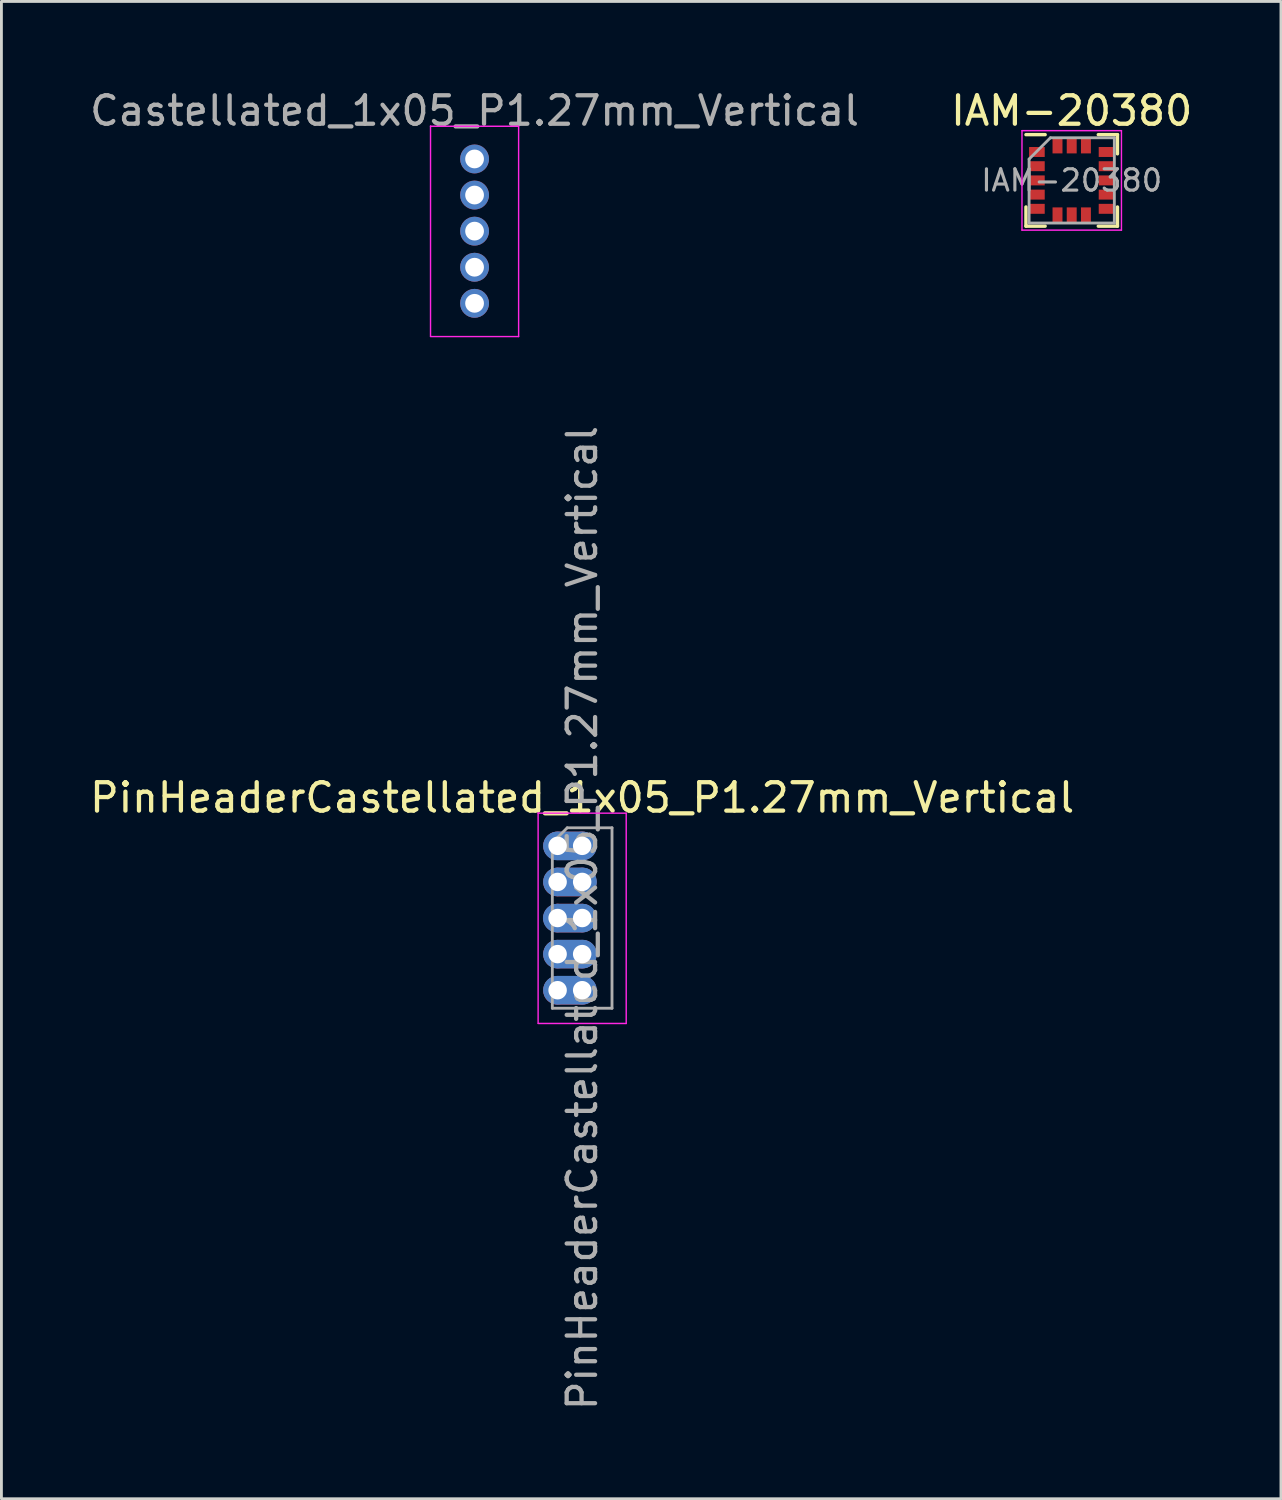
<source format=kicad_pcb>
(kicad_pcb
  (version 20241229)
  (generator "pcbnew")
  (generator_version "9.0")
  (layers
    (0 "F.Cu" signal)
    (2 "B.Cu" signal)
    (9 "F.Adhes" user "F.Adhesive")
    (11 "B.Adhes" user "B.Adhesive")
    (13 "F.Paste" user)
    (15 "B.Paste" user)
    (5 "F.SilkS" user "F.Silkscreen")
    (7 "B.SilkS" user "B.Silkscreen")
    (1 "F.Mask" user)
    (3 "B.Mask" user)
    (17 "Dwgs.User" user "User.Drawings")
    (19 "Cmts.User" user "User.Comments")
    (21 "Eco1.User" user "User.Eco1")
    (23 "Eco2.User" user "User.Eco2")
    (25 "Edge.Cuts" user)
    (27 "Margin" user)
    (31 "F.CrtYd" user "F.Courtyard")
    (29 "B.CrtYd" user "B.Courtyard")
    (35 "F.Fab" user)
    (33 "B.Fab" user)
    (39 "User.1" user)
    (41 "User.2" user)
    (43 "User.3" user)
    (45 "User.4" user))
  (footprint "PinHeaderCastellated_1x05_P1.27mm_Vertical"
    (layer "F.Cu")
    (at 17.435 26.713)
    (property "Reference" "PinHeaderCastellated_1x05_P1.27mm_Vertical" (at 0 -1.695 0) (layer "F.SilkS") (effects (font (size 1 1) (thickness 0.15))))
    (attr exclude_from_pos_files exclude_from_bom)
    (fp_line (start -1.55 -1.16) (end -1.55 6.24) (stroke (width 0.05) (type solid)) (layer "F.CrtYd"))
    (fp_line (start -1.55 6.25) (end 1.55 6.25) (stroke (width 0.05) (type solid)) (layer "F.CrtYd"))
    (fp_line (start 1.55 -1.15) (end -1.55 -1.15) (stroke (width 0.05) (type solid)) (layer "F.CrtYd"))
    (fp_line (start 1.55 6.25) (end 1.55 -1.15) (stroke (width 0.05) (type solid)) (layer "F.CrtYd"))
    (fp_line (start -1.05 -0.11) (end -0.525 -0.635) (stroke (width 0.1) (type solid)) (layer "F.Fab"))
    (fp_line (start -1.05 5.715) (end -1.05 -0.11) (stroke (width 0.1) (type solid)) (layer "F.Fab"))
    (fp_line (start -0.525 -0.635) (end 1.05 -0.635) (stroke (width 0.1) (type solid)) (layer "F.Fab"))
    (fp_line (start 1.05 -0.635) (end 1.05 5.715) (stroke (width 0.1) (type solid)) (layer "F.Fab"))
    (fp_line (start 1.05 5.715) (end -1.05 5.715) (stroke (width 0.1) (type solid)) (layer "F.Fab"))
    (fp_text user "${REFERENCE}" (at 0 2.54 90) (layer "F.Fab") (effects (font (size 1 1) (thickness 0.15))))
    (pad "1" thru_hole oval (at -0.864 0) (size 1 1) (drill oval 0.65) (layers "*.Cu" "*.Mask"))
    (pad "1" smd oval (at -0.432 0) (size 1.88 1) (layers "F.Cu" "F.Mask"))
    (pad "1" smd oval (at -0.428 0.004) (size 1.888 1.008) (layers "B.Cu" "B.Mask"))
    (pad "1" thru_hole circle (at 0 0) (size 1 1) (drill 0.65) (layers "*.Cu" "*.Mask"))
    (pad "2" thru_hole oval (at -0.864 1.27) (size 1 1) (drill oval 0.65) (layers "*.Cu" "*.Mask"))
    (pad "2" smd oval (at -0.432 1.274) (size 1.88 1.008) (layers "F.Cu" "F.Mask"))
    (pad "2" smd oval (at -0.428 1.27) (size 1.888 1.008) (layers "B.Cu" "B.Mask"))
    (pad "2" thru_hole oval (at 0 1.27) (size 1 1) (drill 0.65) (layers "*.Cu" "*.Mask"))
    (pad "3" thru_hole oval (at -0.864 2.54) (size 1 1) (drill oval 0.65) (layers "*.Cu" "*.Mask"))
    (pad "3" smd oval (at -0.44 2.544) (size 1.864 1.008) (layers "F.Cu" "F.Mask"))
    (pad "3" smd oval (at -0.436 2.544) (size 1.888 1.008) (layers "B.Cu" "B.Mask"))
    (pad "3" thru_hole oval (at 0 2.54) (size 1 1) (drill 0.65) (layers "*.Cu" "*.Mask"))
    (pad "4" thru_hole oval (at -0.864 3.81) (size 1 1) (drill oval 0.65) (layers "*.Cu" "*.Mask"))
    (pad "4" smd oval (at -0.432 3.81) (size 1.88 1) (layers "F.Cu" "F.Mask"))
    (pad "4" smd oval (at -0.428 3.81) (size 1.888 1.008) (layers "B.Cu" "B.Mask"))
    (pad "4" thru_hole oval (at 0 3.81) (size 1 1) (drill 0.65) (layers "*.Cu" "*.Mask"))
    (pad "5" thru_hole oval (at -0.864 5.08) (size 1 1) (drill oval 0.65) (layers "*.Cu" "*.Mask"))
    (pad "5" smd oval (at -0.432 5.084) (size 1.88 1.008) (layers "F.Cu" "F.Mask"))
    (pad "5" smd oval (at -0.428 5.08) (size 1.888 1.008) (layers "B.Cu" "B.Mask"))
    (pad "5" thru_hole oval (at 0 5.08) (size 1 1) (drill 0.65) (layers "*.Cu" "*.Mask")))
  (footprint "IAM-20380"
    (layer "F.Cu")
    (at 34.661 3.298)
    (property "Reference" "IAM-20380" (at 0 -2.45 0) (layer "F.SilkS") (effects (font (size 1 1) (thickness 0.15))))
    (attr smd)
    (fp_rect (start -1.549 -1.244) (end -0.864 1.244) (stroke (width 0.01) (type solid)) (fill yes) (layer "F.Mask"))
    (fp_rect (start -0.736 0.889) (end 0.736 1.55) (stroke (width 0.01) (type solid)) (fill yes) (layer "F.Mask"))
    (fp_rect (start -0.725 -1.55) (end 0.725 -0.9) (stroke (width 0.01) (type solid)) (fill yes) (layer "F.Mask"))
    (fp_rect (start 0.875 -1.244) (end 1.549 1.244) (stroke (width 0.01) (type solid)) (fill yes) (layer "F.Mask"))
    (fp_line (start -1.61 0.935) (end -1.61 1.61) (stroke (width 0.12) (type solid)) (layer "F.SilkS"))
    (fp_line (start -0.935 -1.61) (end -1.61 -1.61) (stroke (width 0.12) (type solid)) (layer "F.SilkS"))
    (fp_line (start -0.935 1.61) (end -1.61 1.61) (stroke (width 0.12) (type solid)) (layer "F.SilkS"))
    (fp_line (start 0.935 -1.61) (end 1.61 -1.61) (stroke (width 0.12) (type solid)) (layer "F.SilkS"))
    (fp_line (start 0.935 1.61) (end 1.61 1.61) (stroke (width 0.12) (type solid)) (layer "F.SilkS"))
    (fp_line (start 1.61 -0.935) (end 1.61 -1.61) (stroke (width 0.12) (type solid)) (layer "F.SilkS"))
    (fp_line (start 1.61 0.935) (end 1.61 1.61) (stroke (width 0.12) (type solid)) (layer "F.SilkS"))
    (fp_line (start -1.75 -1.75) (end -1.75 1.75) (stroke (width 0.05) (type solid)) (layer "F.CrtYd"))
    (fp_line (start -1.75 1.75) (end 1.75 1.75) (stroke (width 0.05) (type solid)) (layer "F.CrtYd"))
    (fp_line (start 1.75 -1.75) (end -1.75 -1.75) (stroke (width 0.05) (type solid)) (layer "F.CrtYd"))
    (fp_line (start 1.75 1.75) (end 1.75 -1.75) (stroke (width 0.05) (type solid)) (layer "F.CrtYd"))
    (fp_line (start -1.5 -0.75) (end -0.75 -1.5) (stroke (width 0.1) (type solid)) (layer "F.Fab"))
    (fp_line (start -1.5 1.5) (end -1.5 -0.75) (stroke (width 0.1) (type solid)) (layer "F.Fab"))
    (fp_line (start -0.75 -1.5) (end 1.5 -1.5) (stroke (width 0.1) (type solid)) (layer "F.Fab"))
    (fp_line (start 1.5 -1.5) (end 1.5 1.5) (stroke (width 0.1) (type solid)) (layer "F.Fab"))
    (fp_line (start 1.5 1.5) (end -1.5 1.5) (stroke (width 0.1) (type solid)) (layer "F.Fab"))
    (fp_text user "${REFERENCE}" (at 0 0 0) (layer "F.Fab") (effects (font (size 0.75 0.75) (thickness 0.11))))
    (pad "1" smd rect (at -1.225 -1) (size 0.55 0.35) (layers "F.Cu" "F.Mask" "F.Paste"))
    (pad "2" smd rect (at -1.225 -0.5) (size 0.55 0.35) (layers "F.Cu" "F.Mask" "F.Paste"))
    (pad "3" smd rect (at -1.225 0) (size 0.55 0.35) (layers "F.Cu" "F.Mask" "F.Paste"))
    (pad "4" smd rect (at -1.225 0.5) (size 0.55 0.35) (layers "F.Cu" "F.Mask" "F.Paste"))
    (pad "5" smd rect (at -1.225 1) (size 0.55 0.35) (layers "F.Cu" "F.Mask" "F.Paste"))
    (pad "6" smd rect (at -0.5 1.225) (size 0.35 0.55) (layers "F.Cu" "F.Mask" "F.Paste"))
    (pad "7" smd rect (at 0 1.225) (size 0.35 0.55) (layers "F.Cu" "F.Mask" "F.Paste"))
    (pad "8" smd rect (at 0.5 1.225) (size 0.35 0.55) (layers "F.Cu" "F.Mask" "F.Paste"))
    (pad "9" smd rect (at 1.225 1) (size 0.55 0.35) (layers "F.Cu" "F.Mask" "F.Paste"))
    (pad "10" smd rect (at 1.225 0.5) (size 0.55 0.35) (layers "F.Cu" "F.Mask" "F.Paste"))
    (pad "11" smd rect (at 1.225 0) (size 0.55 0.35) (layers "F.Cu" "F.Mask" "F.Paste"))
    (pad "12" smd rect (at 1.225 -0.5) (size 0.55 0.35) (layers "F.Cu" "F.Mask" "F.Paste"))
    (pad "13" smd rect (at 1.225 -1) (size 0.55 0.35) (layers "F.Cu" "F.Mask" "F.Paste"))
    (pad "14" smd rect (at 0.5 -1.225) (size 0.35 0.55) (layers "F.Cu" "F.Mask" "F.Paste"))
    (pad "15" smd rect (at 0 -1.225) (size 0.35 0.55) (layers "F.Cu" "F.Mask" "F.Paste"))
    (pad "16" smd rect (at -0.5 -1.225) (size 0.35 0.55) (layers "F.Cu" "F.Mask" "F.Paste")))
  (footprint "Castellated_1x05_P1.27mm_Vertical"
    (layer "F.Cu")
    (at 13.649 2.543)
    (property "Reference" "Castellated_1x05_P1.27mm_Vertical" (at 0 -1.695 0) (layer "F.Fab") (effects (font (size 1 1) (thickness 0.15))))
    (attr through_hole exclude_from_pos_files exclude_from_bom)
    (fp_line (start -1.55 -1.16) (end -1.55 6.24) (stroke (width 0.05) (type solid)) (layer "F.CrtYd"))
    (fp_line (start -1.55 6.25) (end 1.55 6.25) (stroke (width 0.05) (type solid)) (layer "F.CrtYd"))
    (fp_line (start 1.55 -1.15) (end -1.55 -1.15) (stroke (width 0.05) (type solid)) (layer "F.CrtYd"))
    (fp_line (start 1.55 6.25) (end 1.55 -1.15) (stroke (width 0.05) (type solid)) (layer "F.CrtYd"))
    (pad "1" thru_hole circle (at 0 0) (size 1.016 1.016) (drill 0.66) (layers "*.Cu" "*.Mask"))
    (pad "2" thru_hole circle (at 0 1.27) (size 1.016 1.016) (drill 0.66) (layers "*.Cu" "*.Mask"))
    (pad "3" thru_hole circle (at 0 2.54) (size 1.016 1.016) (drill 0.66) (layers "*.Cu" "*.Mask"))
    (pad "4" thru_hole circle (at 0 3.81) (size 1.016 1.016) (drill 0.66) (layers "*.Cu" "*.Mask"))
    (pad "5" thru_hole circle (at 0 5.08) (size 1.016 1.016) (drill 0.66) (layers "*.Cu" "*.Mask")))
  (gr_rect
    (start -3 -3)
    (end 42.024 49.687)
    (stroke (width 0.1) (type default))
    (fill no)
    (layer "Edge.Cuts")))
</source>
